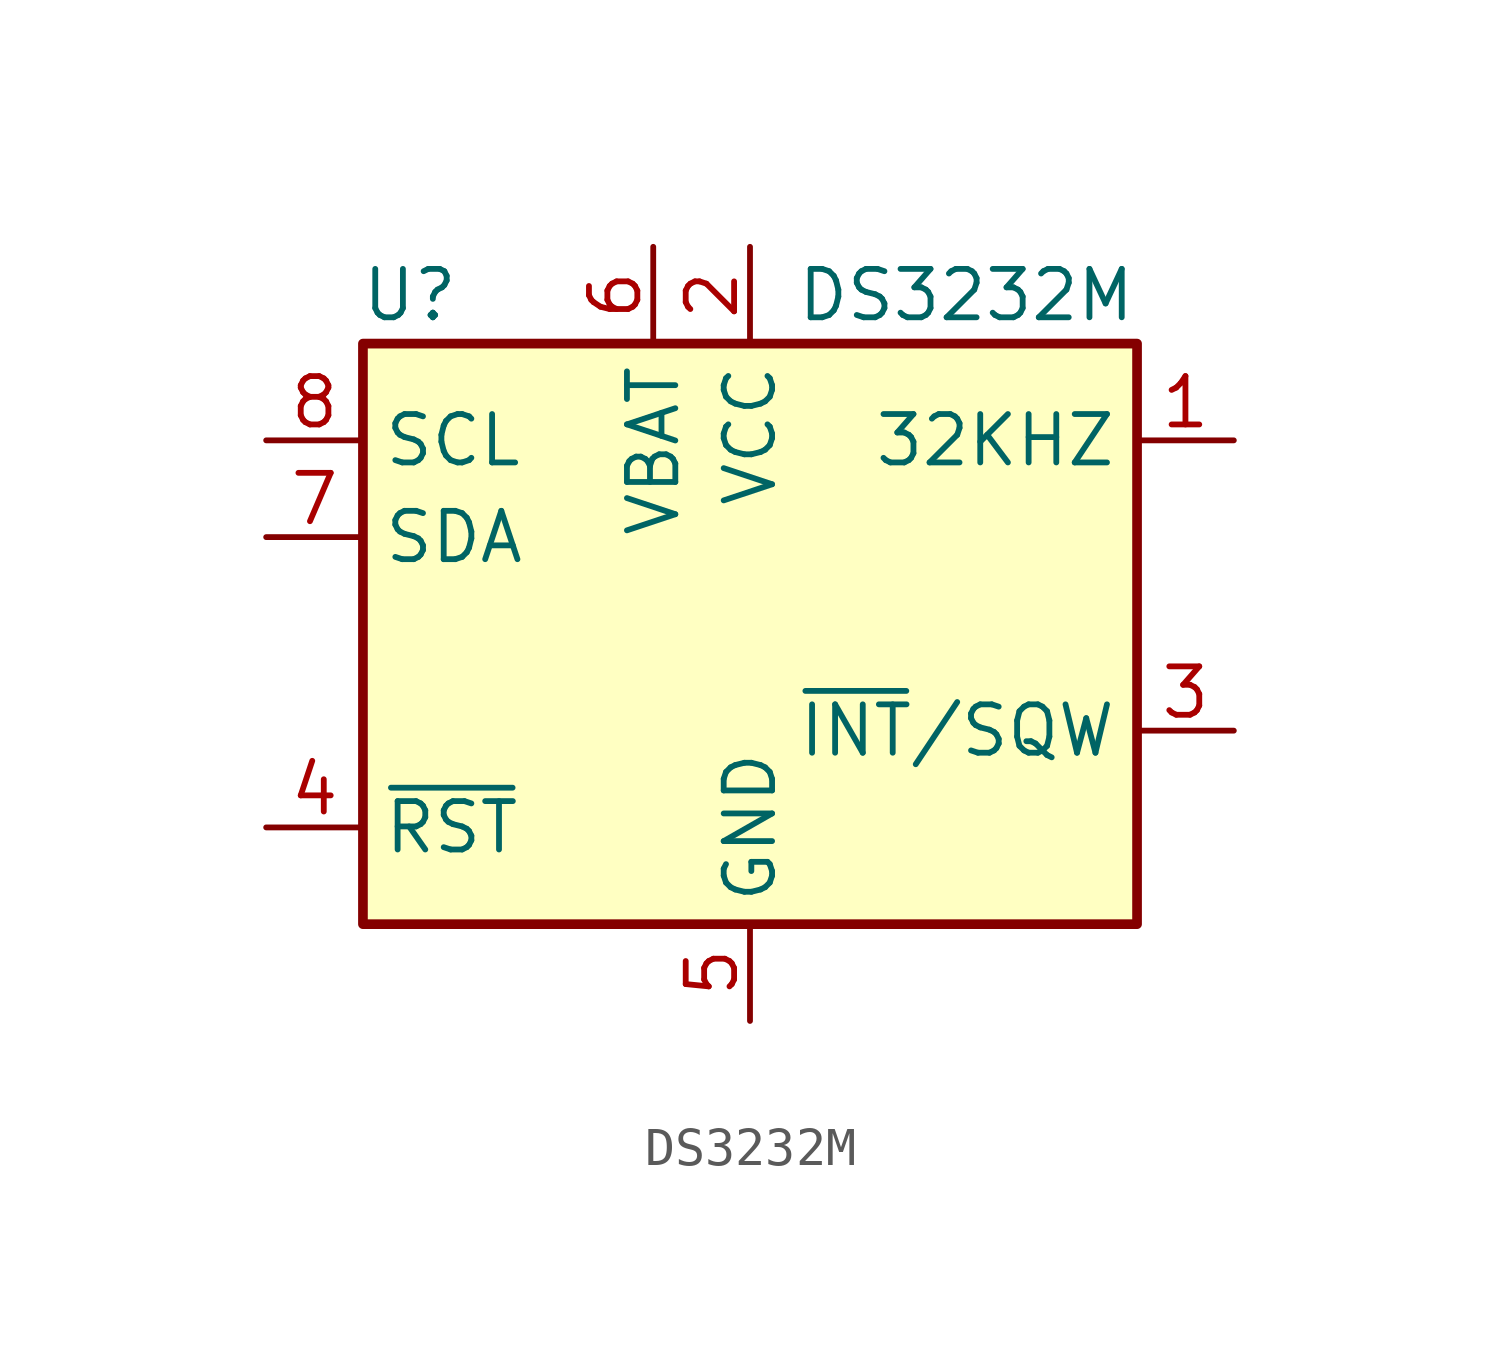
<source format=kicad_sym>
(kicad_symbol_lib
  (version 20241209)
  (generator "kicad_symbol_editor")
  (generator_version "9.0")
  (symbol "DS3232M"
    (property "Reference" "U"
      (at -7.62 8.89 0)
      (effects (font (size 1.27 1.27)) (justify right)))
    (property "Value" "DS3232M"
      (at 10.16 8.89 0)
      (effects (font (size 1.27 1.27)) (justify right)))
    (symbol "DS3232M_0_1"
      (rectangle (start -10.16 7.62) (end 10.16 -7.62) (stroke (width 0.254) (type default)) (fill (type background))))
    (symbol "DS3232M_1_1"
      (pin input line (at -12.7 5.08 0) (length 2.54) (name "SCL" (effects (font (size 1.27 1.27)))) (number "8" (effects (font (size 1.27 1.27)))))
      (pin bidirectional line (at -12.7 2.54 0) (length 2.54) (name "SDA" (effects (font (size 1.27 1.27)))) (number "7" (effects (font (size 1.27 1.27)))))
      (pin bidirectional line (at -12.7 -5.08 0) (length 2.54) (name "~{RST}" (effects (font (size 1.27 1.27)))) (number "4" (effects (font (size 1.27 1.27)))))
      (pin power_in line (at -2.54 10.16 270) (length 2.54) (name "VBAT" (effects (font (size 1.27 1.27)))) (number "6" (effects (font (size 1.27 1.27)))))
      (pin power_in line (at 0 10.16 270) (length 2.54) (name "VCC" (effects (font (size 1.27 1.27)))) (number "2" (effects (font (size 1.27 1.27)))))
      (pin power_in line (at 0 -10.16 90) (length 2.54) (name "GND" (effects (font (size 1.27 1.27)))) (number "5" (effects (font (size 1.27 1.27)))))
      (pin output line (at 12.7 5.08 180) (length 2.54) (name "32KHZ" (effects (font (size 1.27 1.27)))) (number "1" (effects (font (size 1.27 1.27)))))
      (pin open_collector line (at 12.7 -2.54 180) (length 2.54) (name "~{INT}/SQW" (effects (font (size 1.27 1.27)))) (number "3" (effects (font (size 1.27 1.27))))))))
</source>
